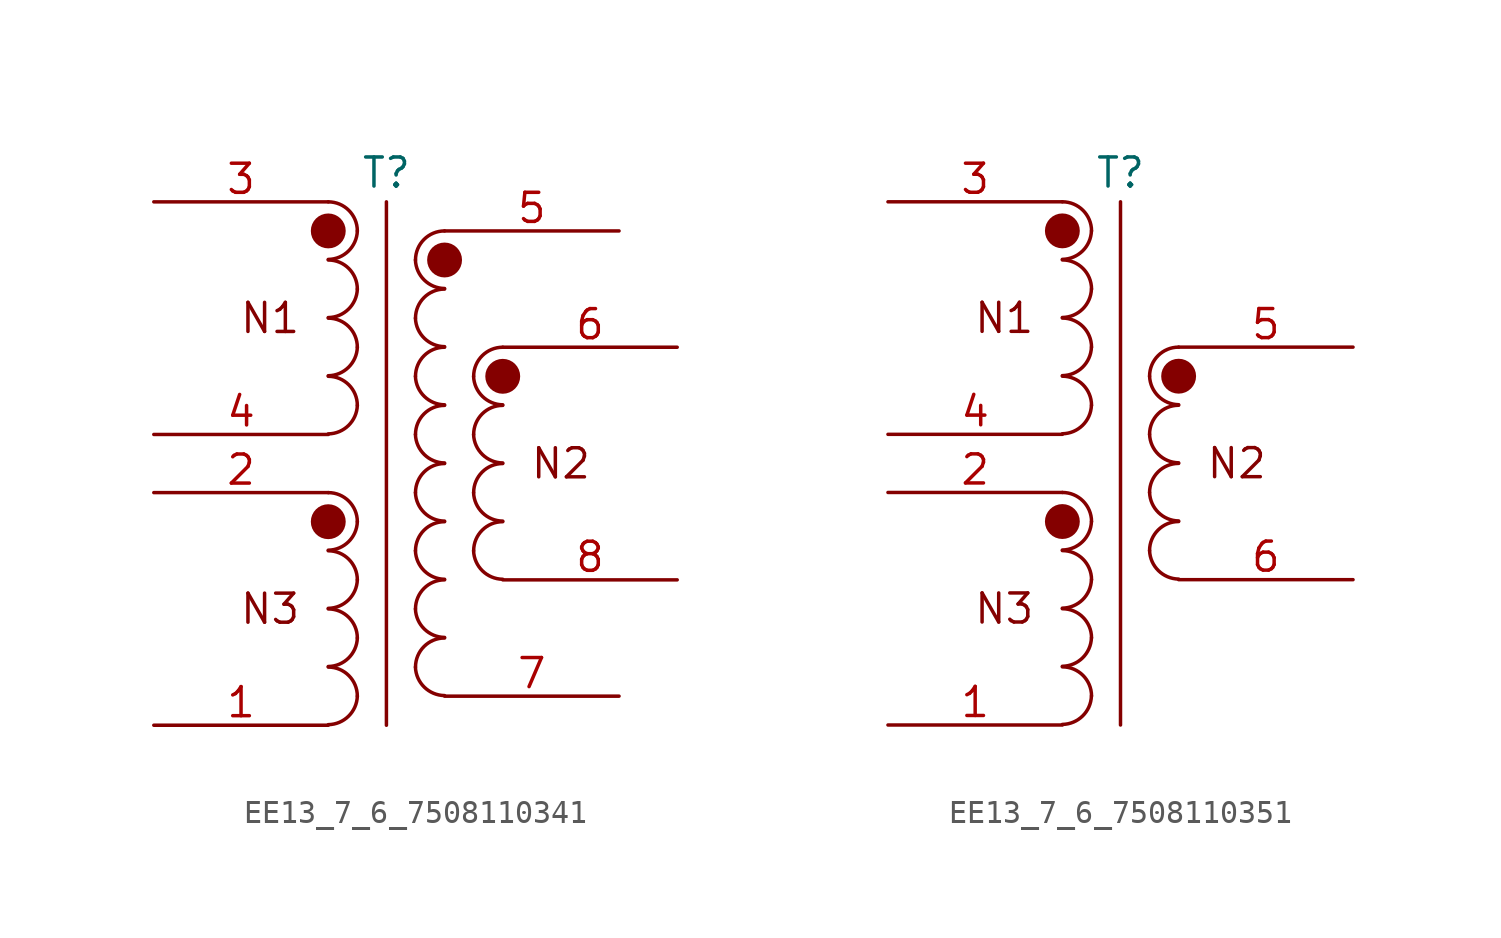
<source format=kicad_sym>
(kicad_symbol_lib
  (version 20220914)
  (generator kicad_symbol_editor)
  (symbol "EE13_7_6_7508110341"
    (pin_names hide)
    (property "Reference" "T"
      (at 0 12.7 0)
      (effects (font (size 1.27 1.27))))
    (property "Critical Parameter" ""
      (at 0 -5.08 0)
      (effects (font (size 1.27 1.27)) (justify left)))
    (symbol "EE13_7_6_7508110341_0_1"
      (arc (start -2.54 -11.4046) (mid -1.6561 -11.0363) (end -1.27 -10.16) (stroke (width 0) (type default)) (fill (type none)))
      (arc (start -2.54 -8.8646) (mid -1.6561 -8.4963) (end -1.27 -7.62) (stroke (width 0) (type default)) (fill (type none)))
      (arc (start -2.54 -6.3246) (mid -1.6561 -5.9563) (end -1.27 -5.08) (stroke (width 0) (type default)) (fill (type none)))
      (arc (start -2.54 -3.7846) (mid -1.6561 -3.4163) (end -1.27 -2.54) (stroke (width 0) (type default)) (fill (type none)))
      (arc (start -2.54 1.2954) (mid -1.6561 1.6637) (end -1.27 2.54) (stroke (width 0) (type default)) (fill (type none)))
      (arc (start -2.54 3.8354) (mid -1.6561 4.2037) (end -1.27 5.08) (stroke (width 0) (type default)) (fill (type none)))
      (arc (start -2.54 6.3754) (mid -1.6561 6.7437) (end -1.27 7.62) (stroke (width 0) (type default)) (fill (type none)))
      (arc (start -2.54 8.9154) (mid -1.6561 9.2837) (end -1.27 10.16) (stroke (width 0) (type default)) (fill (type none)))
      (arc (start -1.27 -10.16) (mid -1.642 -9.262) (end -2.54 -8.89) (stroke (width 0) (type default)) (fill (type none)))
      (arc (start -1.27 -7.62) (mid -1.642 -6.722) (end -2.54 -6.35) (stroke (width 0) (type default)) (fill (type none)))
      (arc (start -1.27 -5.08) (mid -1.642 -4.182) (end -2.54 -3.81) (stroke (width 0) (type default)) (fill (type none)))
      (arc (start -1.27 -2.54) (mid -1.642 -1.642) (end -2.54 -1.27) (stroke (width 0) (type default)) (fill (type none)))
      (arc (start -1.27 2.54) (mid -1.642 3.438) (end -2.54 3.81) (stroke (width 0) (type default)) (fill (type none)))
      (arc (start -1.27 5.08) (mid -1.642 5.978) (end -2.54 6.35) (stroke (width 0) (type default)) (fill (type none)))
      (arc (start -1.27 7.62) (mid -1.642 8.518) (end -2.54 8.89) (stroke (width 0) (type default)) (fill (type none)))
      (arc (start -1.27 10.16) (mid -1.642 11.058) (end -2.54 11.43) (stroke (width 0) (type default)) (fill (type none)))
      (polyline (pts (xy 0 -11.43) (xy 0 11.43)) (stroke (width 0) (type default)) (fill (type none)))
      (arc (start 1.27 -8.89) (mid 1.656 -9.7664) (end 2.54 -10.1346) (stroke (width 0) (type default)) (fill (type none)))
      (arc (start 1.27 -6.35) (mid 1.656 -7.2264) (end 2.54 -7.5946) (stroke (width 0) (type default)) (fill (type none)))
      (arc (start 1.27 -3.81) (mid 1.656 -4.6864) (end 2.54 -5.0546) (stroke (width 0) (type default)) (fill (type none)))
      (arc (start 1.27 -1.27) (mid 1.656 -2.1464) (end 2.54 -2.5146) (stroke (width 0) (type default)) (fill (type none)))
      (arc (start 1.27 1.27) (mid 1.656 0.3936) (end 2.54 0.0254) (stroke (width 0) (type default)) (fill (type none)))
      (arc (start 1.27 3.81) (mid 1.656 2.9336) (end 2.54 2.5654) (stroke (width 0) (type default)) (fill (type none)))
      (arc (start 1.27 6.35) (mid 1.656 5.4736) (end 2.54 5.1054) (stroke (width 0) (type default)) (fill (type none)))
      (arc (start 1.27 8.89) (mid 1.656 8.0136) (end 2.54 7.6454) (stroke (width 0) (type default)) (fill (type none)))
      (arc (start 2.54 -7.62) (mid 1.642 -7.992) (end 1.27 -8.89) (stroke (width 0) (type default)) (fill (type none)))
      (arc (start 2.54 -5.08) (mid 1.642 -5.452) (end 1.27 -6.35) (stroke (width 0) (type default)) (fill (type none)))
      (arc (start 2.54 -2.54) (mid 1.642 -2.912) (end 1.27 -3.81) (stroke (width 0) (type default)) (fill (type none)))
      (arc (start 2.54 0) (mid 1.642 -0.372) (end 1.27 -1.27) (stroke (width 0) (type default)) (fill (type none)))
      (arc (start 2.54 2.54) (mid 1.642 2.168) (end 1.27 1.27) (stroke (width 0) (type default)) (fill (type none)))
      (arc (start 2.54 5.08) (mid 1.642 4.708) (end 1.27 3.81) (stroke (width 0) (type default)) (fill (type none)))
      (arc (start 2.54 7.62) (mid 1.642 7.248) (end 1.27 6.35) (stroke (width 0) (type default)) (fill (type none)))
      (arc (start 2.54 10.16) (mid 1.642 9.788) (end 1.27 8.89) (stroke (width 0) (type default)) (fill (type none)))
      (arc (start 3.81 -3.81) (mid 4.1961 -4.6863) (end 5.08 -5.0546) (stroke (width 0) (type default)) (fill (type none)))
      (arc (start 3.81 -1.27) (mid 4.1961 -2.1463) (end 5.08 -2.5146) (stroke (width 0) (type default)) (fill (type none)))
      (arc (start 3.81 1.27) (mid 4.1961 0.3937) (end 5.08 0.0254) (stroke (width 0) (type default)) (fill (type none)))
      (arc (start 3.81 3.81) (mid 4.1961 2.9337) (end 5.08 2.5654) (stroke (width 0) (type default)) (fill (type none)))
      (arc (start 5.08 -2.54) (mid 4.182 -2.912) (end 3.81 -3.81) (stroke (width 0) (type default)) (fill (type none)))
      (arc (start 5.08 0) (mid 4.182 -0.372) (end 3.81 -1.27) (stroke (width 0) (type default)) (fill (type none)))
      (arc (start 5.08 2.54) (mid 4.182 2.168) (end 3.81 1.27) (stroke (width 0) (type default)) (fill (type none)))
      (arc (start 5.08 5.08) (mid 4.182 4.708) (end 3.81 3.81) (stroke (width 0) (type default)) (fill (type none))))
    (symbol "EE13_7_6_7508110341_1_1"
      (circle (center -2.54 -2.54) (radius 0.0001) (stroke (width 0.762) (type default)) (fill (type none)))
      (circle (center -2.54 10.16) (radius 0.0001) (stroke (width 0.762) (type default)) (fill (type none)))
      (circle (center 2.54 8.89) (radius 0.0001) (stroke (width 0.762) (type default)) (fill (type none)))
      (circle (center 5.08 3.81) (radius 0.0001) (stroke (width 0.762) (type default)) (fill (type none)))
      (text "N1" (at -5.08 6.35 0) (effects (font (size 1.27 1.27))))
      (text "N2" (at 7.62 0 0) (effects (font (size 1.27 1.27))))
      (text "N3" (at -5.08 -6.35 0) (effects (font (size 1.27 1.27))))
      (pin passive line (at -10.16 -11.43 0) (length 7.62) (name "1" (effects (font (size 1.27 1.27)))) (number "1" (effects (font (size 1.27 1.27)))))
      (pin passive line (at -10.16 -1.27 0) (length 7.62) (name "2" (effects (font (size 1.27 1.27)))) (number "2" (effects (font (size 1.27 1.27)))))
      (pin passive line (at -10.16 11.43 0) (length 7.62) (name "3" (effects (font (size 1.27 1.27)))) (number "3" (effects (font (size 1.27 1.27)))))
      (pin passive line (at -10.16 1.27 0) (length 7.62) (name "4" (effects (font (size 1.27 1.27)))) (number "4" (effects (font (size 1.27 1.27)))))
      (pin passive line (at 10.16 10.16 180) (length 7.62) (name "5" (effects (font (size 1.27 1.27)))) (number "5" (effects (font (size 1.27 1.27)))))
      (pin passive line (at 12.7 5.08 180) (length 7.62) (name "6" (effects (font (size 1.27 1.27)))) (number "6" (effects (font (size 1.27 1.27)))))
      (pin passive line (at 10.16 -10.16 180) (length 7.62) (name "7" (effects (font (size 1.27 1.27)))) (number "7" (effects (font (size 1.27 1.27)))))
      (pin passive line (at 12.7 -5.08 180) (length 7.62) (name "8" (effects (font (size 1.27 1.27)))) (number "8" (effects (font (size 1.27 1.27)))))))
  (symbol "EE13_7_6_7508110351"
    (pin_names hide)
    (property "Reference" "T"
      (at 0 12.7 0)
      (effects (font (size 1.27 1.27))))
    (property "Critical Parameter" ""
      (at 0 -5.08 0)
      (effects (font (size 1.27 1.27)) (justify left)))
    (symbol "EE13_7_6_7508110351_0_1"
      (arc (start -2.54 -11.4046) (mid -1.6561 -11.0363) (end -1.27 -10.16) (stroke (width 0) (type default)) (fill (type none)))
      (arc (start -2.54 -8.8646) (mid -1.6561 -8.4963) (end -1.27 -7.62) (stroke (width 0) (type default)) (fill (type none)))
      (arc (start -2.54 -6.3246) (mid -1.6561 -5.9563) (end -1.27 -5.08) (stroke (width 0) (type default)) (fill (type none)))
      (arc (start -2.54 -3.7846) (mid -1.6561 -3.4163) (end -1.27 -2.54) (stroke (width 0) (type default)) (fill (type none)))
      (arc (start -2.54 1.2954) (mid -1.6561 1.6637) (end -1.27 2.54) (stroke (width 0) (type default)) (fill (type none)))
      (arc (start -2.54 3.8354) (mid -1.6561 4.2037) (end -1.27 5.08) (stroke (width 0) (type default)) (fill (type none)))
      (arc (start -2.54 6.3754) (mid -1.6561 6.7437) (end -1.27 7.62) (stroke (width 0) (type default)) (fill (type none)))
      (arc (start -2.54 8.9154) (mid -1.6561 9.2837) (end -1.27 10.16) (stroke (width 0) (type default)) (fill (type none)))
      (arc (start -1.27 -10.16) (mid -1.642 -9.262) (end -2.54 -8.89) (stroke (width 0) (type default)) (fill (type none)))
      (arc (start -1.27 -7.62) (mid -1.642 -6.722) (end -2.54 -6.35) (stroke (width 0) (type default)) (fill (type none)))
      (arc (start -1.27 -5.08) (mid -1.642 -4.182) (end -2.54 -3.81) (stroke (width 0) (type default)) (fill (type none)))
      (arc (start -1.27 -2.54) (mid -1.642 -1.642) (end -2.54 -1.27) (stroke (width 0) (type default)) (fill (type none)))
      (arc (start -1.27 2.54) (mid -1.642 3.438) (end -2.54 3.81) (stroke (width 0) (type default)) (fill (type none)))
      (arc (start -1.27 5.08) (mid -1.642 5.978) (end -2.54 6.35) (stroke (width 0) (type default)) (fill (type none)))
      (arc (start -1.27 7.62) (mid -1.642 8.518) (end -2.54 8.89) (stroke (width 0) (type default)) (fill (type none)))
      (arc (start -1.27 10.16) (mid -1.642 11.058) (end -2.54 11.43) (stroke (width 0) (type default)) (fill (type none)))
      (polyline (pts (xy 0 -11.43) (xy 0 11.43)) (stroke (width 0) (type default)) (fill (type none)))
      (arc (start 1.27 -3.81) (mid 1.6561 -4.6863) (end 2.54 -5.0546) (stroke (width 0) (type default)) (fill (type none)))
      (arc (start 1.27 -1.27) (mid 1.6561 -2.1463) (end 2.54 -2.5146) (stroke (width 0) (type default)) (fill (type none)))
      (arc (start 1.27 1.27) (mid 1.6561 0.3937) (end 2.54 0.0254) (stroke (width 0) (type default)) (fill (type none)))
      (arc (start 1.27 3.81) (mid 1.6561 2.9337) (end 2.54 2.5654) (stroke (width 0) (type default)) (fill (type none)))
      (arc (start 2.54 -2.54) (mid 1.642 -2.912) (end 1.27 -3.81) (stroke (width 0) (type default)) (fill (type none)))
      (arc (start 2.54 0) (mid 1.642 -0.372) (end 1.27 -1.27) (stroke (width 0) (type default)) (fill (type none)))
      (arc (start 2.54 2.54) (mid 1.642 2.168) (end 1.27 1.27) (stroke (width 0) (type default)) (fill (type none)))
      (arc (start 2.54 5.08) (mid 1.642 4.708) (end 1.27 3.81) (stroke (width 0) (type default)) (fill (type none))))
    (symbol "EE13_7_6_7508110351_1_1"
      (circle (center -2.54 -2.54) (radius 0.0001) (stroke (width 0.762) (type default)) (fill (type none)))
      (circle (center -2.54 10.16) (radius 0.0001) (stroke (width 0.762) (type default)) (fill (type none)))
      (circle (center 2.54 3.81) (radius 0.0001) (stroke (width 0.762) (type default)) (fill (type none)))
      (text "N1" (at -5.08 6.35 0) (effects (font (size 1.27 1.27))))
      (text "N2" (at 5.08 0 0) (effects (font (size 1.27 1.27))))
      (text "N3" (at -5.08 -6.35 0) (effects (font (size 1.27 1.27))))
      (pin passive line (at -10.16 -11.43 0) (length 7.62) (name "1" (effects (font (size 1.27 1.27)))) (number "1" (effects (font (size 1.27 1.27)))))
      (pin passive line (at -10.16 -1.27 0) (length 7.62) (name "2" (effects (font (size 1.27 1.27)))) (number "2" (effects (font (size 1.27 1.27)))))
      (pin passive line (at -10.16 11.43 0) (length 7.62) (name "3" (effects (font (size 1.27 1.27)))) (number "3" (effects (font (size 1.27 1.27)))))
      (pin passive line (at -10.16 1.27 0) (length 7.62) (name "4" (effects (font (size 1.27 1.27)))) (number "4" (effects (font (size 1.27 1.27)))))
      (pin passive line (at 10.16 5.08 180) (length 7.62) (name "5" (effects (font (size 1.27 1.27)))) (number "5" (effects (font (size 1.27 1.27)))))
      (pin passive line (at 10.16 -5.08 180) (length 7.62) (name "6" (effects (font (size 1.27 1.27)))) (number "6" (effects (font (size 1.27 1.27))))))))
</source>
